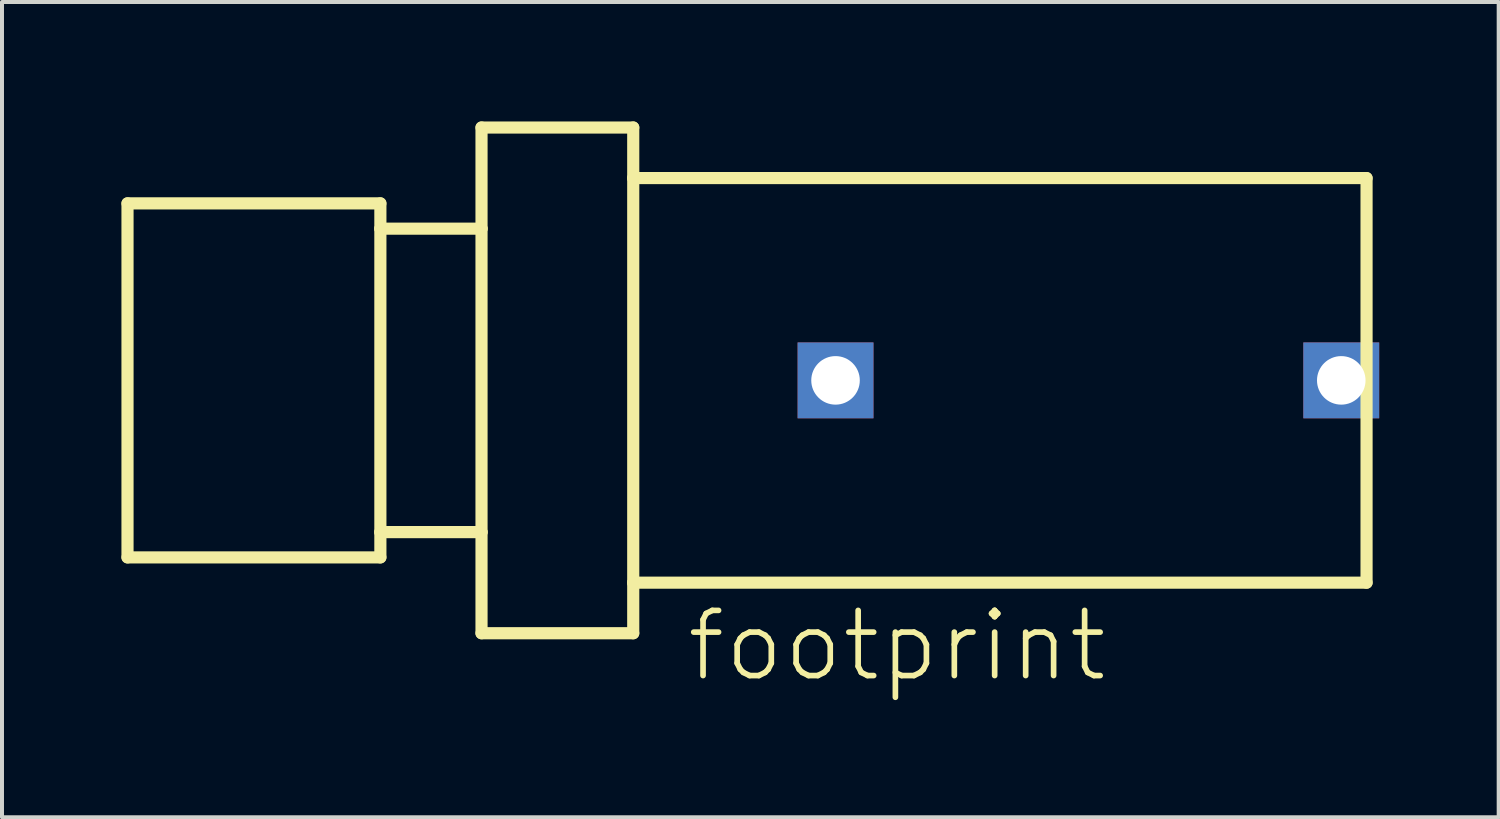
<source format=kicad_pcb>
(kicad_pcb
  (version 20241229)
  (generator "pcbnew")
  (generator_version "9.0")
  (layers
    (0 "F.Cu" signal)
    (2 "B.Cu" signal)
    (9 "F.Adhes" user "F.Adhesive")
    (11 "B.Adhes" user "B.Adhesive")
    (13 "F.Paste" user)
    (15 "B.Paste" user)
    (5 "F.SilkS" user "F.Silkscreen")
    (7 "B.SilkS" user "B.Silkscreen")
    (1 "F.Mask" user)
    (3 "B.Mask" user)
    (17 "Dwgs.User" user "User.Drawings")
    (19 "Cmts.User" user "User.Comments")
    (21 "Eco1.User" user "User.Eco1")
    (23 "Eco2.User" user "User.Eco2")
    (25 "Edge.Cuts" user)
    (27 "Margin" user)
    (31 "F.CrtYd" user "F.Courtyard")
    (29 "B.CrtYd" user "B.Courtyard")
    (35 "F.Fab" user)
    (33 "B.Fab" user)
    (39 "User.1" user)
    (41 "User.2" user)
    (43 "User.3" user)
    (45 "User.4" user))
  (footprint "footprint"
    (layer "F.Cu")
    (at 17.932 6.502)
    (property "Reference" "footprint" (at -3.81 7.62 0) (layer "F.SilkS") (effects (font (size 1.636 1.636) (thickness 0.142)) (justify left bottom)))
    (fp_line (start -17.78 -4.445) (end -11.43 -4.445) (stroke (width 0.305) (type solid)) (layer "F.SilkS"))
    (fp_line (start -17.78 4.445) (end -17.78 -4.445) (stroke (width 0.305) (type solid)) (layer "F.SilkS"))
    (fp_line (start -11.43 -4.445) (end -11.43 -3.81) (stroke (width 0.305) (type solid)) (layer "F.SilkS"))
    (fp_line (start -11.43 -3.81) (end -11.43 3.81) (stroke (width 0.305) (type solid)) (layer "F.SilkS"))
    (fp_line (start -11.43 -3.81) (end -8.89 -3.81) (stroke (width 0.305) (type solid)) (layer "F.SilkS"))
    (fp_line (start -11.43 3.81) (end -11.43 4.445) (stroke (width 0.305) (type solid)) (layer "F.SilkS"))
    (fp_line (start -11.43 3.81) (end -8.89 3.81) (stroke (width 0.305) (type solid)) (layer "F.SilkS"))
    (fp_line (start -11.43 4.445) (end -17.78 4.445) (stroke (width 0.305) (type solid)) (layer "F.SilkS"))
    (fp_line (start -8.89 -3.81) (end -8.89 -6.35) (stroke (width 0.305) (type solid)) (layer "F.SilkS"))
    (fp_line (start -8.89 3.81) (end -8.89 -3.81) (stroke (width 0.305) (type solid)) (layer "F.SilkS"))
    (fp_line (start -8.89 6.35) (end -8.89 3.81) (stroke (width 0.305) (type solid)) (layer "F.SilkS"))
    (fp_line (start -5.08 -6.35) (end -8.89 -6.35) (stroke (width 0.305) (type solid)) (layer "F.SilkS"))
    (fp_line (start -5.08 -5.08) (end -5.08 -6.35) (stroke (width 0.305) (type solid)) (layer "F.SilkS"))
    (fp_line (start -5.08 5.08) (end -5.08 -5.08) (stroke (width 0.305) (type solid)) (layer "F.SilkS"))
    (fp_line (start -5.08 5.08) (end -5.08 6.35) (stroke (width 0.305) (type solid)) (layer "F.SilkS"))
    (fp_line (start -5.08 5.08) (end 13.335 5.08) (stroke (width 0.305) (type solid)) (layer "F.SilkS"))
    (fp_line (start -5.08 6.35) (end -8.89 6.35) (stroke (width 0.305) (type solid)) (layer "F.SilkS"))
    (fp_line (start 13.335 -5.08) (end -5.08 -5.08) (stroke (width 0.305) (type solid)) (layer "F.SilkS"))
    (fp_line (start 13.335 -5.08) (end 13.335 5.08) (stroke (width 0.305) (type solid)) (layer "F.SilkS"))
    (pad "A" thru_hole rect (at 0 0) (size 1.905 1.905) (drill 1.219) (layers "*.Cu" "*.Mask"))
    (pad "B" thru_hole rect (at 12.7 0) (size 1.905 1.905) (drill 1.219) (layers "*.Cu" "*.Mask")))
  (gr_rect
    (start -3 -3)
    (end 34.585 17.473)
    (stroke (width 0.1) (type default))
    (fill no)
    (layer "Edge.Cuts")))
</source>
